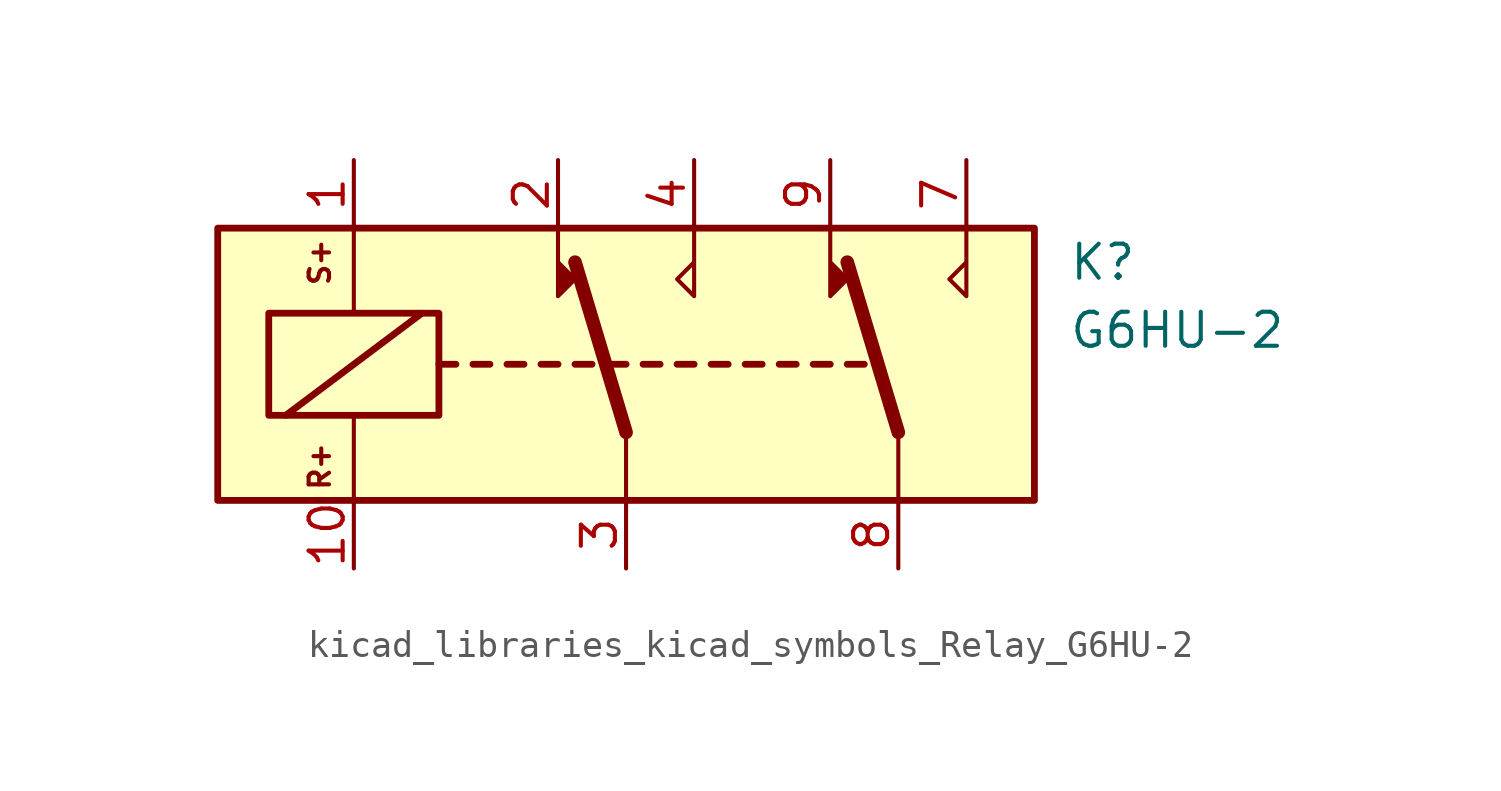
<source format=kicad_sym>
(kicad_symbol_lib
  (version 20220914)
  (generator kicad_symbol_editor)
  (symbol "kicad_libraries_kicad_symbols_Relay_G6HU-2"
    (property "Reference" "K"
      (at 16.51 3.81 0)
      (effects (font (size 1.27 1.27)) (justify left)))
    (property "Value" "G6HU-2"
      (at 16.51 1.27 0)
      (effects (font (size 1.27 1.27)) (justify left)))
    (symbol "kicad_libraries_kicad_symbols_Relay_G6HU-2_0_0"
      (text "R+" (at -11.43 -3.81 900) (effects (font (size 0.762 0.762))))
      (text "S+" (at -11.43 3.81 900) (effects (font (size 0.762 0.762)))))
    (symbol "kicad_libraries_kicad_symbols_Relay_G6HU-2_0_1"
      (rectangle (start -15.24 5.08) (end 15.24 -5.08) (stroke (width 0.254) (type default)) (fill (type background)))
      (rectangle (start -13.335 1.905) (end -6.985 -1.905) (stroke (width 0.254) (type default)) (fill (type none)))
      (polyline (pts (xy -12.7 -1.905) (xy -7.62 1.905)) (stroke (width 0.254) (type default)) (fill (type none)))
      (polyline (pts (xy -10.16 -5.08) (xy -10.16 -1.905)) (stroke (width 0) (type default)) (fill (type none)))
      (polyline (pts (xy -10.16 5.08) (xy -10.16 1.905)) (stroke (width 0) (type default)) (fill (type none)))
      (polyline (pts (xy -6.985 0) (xy -6.35 0)) (stroke (width 0.254) (type default)) (fill (type none)))
      (polyline (pts (xy -5.715 0) (xy -5.08 0)) (stroke (width 0.254) (type default)) (fill (type none)))
      (polyline (pts (xy -4.445 0) (xy -3.81 0)) (stroke (width 0.254) (type default)) (fill (type none)))
      (polyline (pts (xy -3.175 0) (xy -2.54 0)) (stroke (width 0.254) (type default)) (fill (type none)))
      (polyline (pts (xy -1.905 0) (xy -1.27 0)) (stroke (width 0.254) (type default)) (fill (type none)))
      (polyline (pts (xy -0.635 0) (xy 0 0)) (stroke (width 0.254) (type default)) (fill (type none)))
      (polyline (pts (xy 0 -2.54) (xy -1.905 3.81)) (stroke (width 0.508) (type default)) (fill (type none)))
      (polyline (pts (xy 0 -2.54) (xy 0 -5.08)) (stroke (width 0) (type default)) (fill (type none)))
      (polyline (pts (xy 0.635 0) (xy 1.27 0)) (stroke (width 0.254) (type default)) (fill (type none)))
      (polyline (pts (xy 1.905 0) (xy 2.54 0)) (stroke (width 0.254) (type default)) (fill (type none)))
      (polyline (pts (xy 3.175 0) (xy 3.81 0)) (stroke (width 0.254) (type default)) (fill (type none)))
      (polyline (pts (xy 4.445 0) (xy 5.08 0)) (stroke (width 0.254) (type default)) (fill (type none)))
      (polyline (pts (xy 5.715 0) (xy 6.35 0)) (stroke (width 0.254) (type default)) (fill (type none)))
      (polyline (pts (xy 6.985 0) (xy 7.62 0)) (stroke (width 0.254) (type default)) (fill (type none)))
      (polyline (pts (xy 8.255 0) (xy 8.89 0)) (stroke (width 0.254) (type default)) (fill (type none)))
      (polyline (pts (xy 10.16 -2.54) (xy 8.255 3.81)) (stroke (width 0.508) (type default)) (fill (type none)))
      (polyline (pts (xy 10.16 -2.54) (xy 10.16 -5.08)) (stroke (width 0) (type default)) (fill (type none)))
      (polyline (pts (xy -2.54 5.08) (xy -2.54 2.54) (xy -1.905 3.175) (xy -2.54 3.81)) (stroke (width 0) (type default)) (fill (type outline)))
      (polyline (pts (xy 2.54 5.08) (xy 2.54 2.54) (xy 1.905 3.175) (xy 2.54 3.81)) (stroke (width 0) (type default)) (fill (type none)))
      (polyline (pts (xy 7.62 5.08) (xy 7.62 2.54) (xy 8.255 3.175) (xy 7.62 3.81)) (stroke (width 0) (type default)) (fill (type outline)))
      (polyline (pts (xy 12.7 5.08) (xy 12.7 2.54) (xy 12.065 3.175) (xy 12.7 3.81)) (stroke (width 0) (type default)) (fill (type none))))
    (symbol "kicad_libraries_kicad_symbols_Relay_G6HU-2_1_1"
      (pin passive line (at -10.16 7.62 270) (length 2.54) (name "~" (effects (font (size 1.27 1.27)))) (number "1" (effects (font (size 1.27 1.27)))))
      (pin passive line (at -10.16 -7.62 90) (length 2.54) (name "~" (effects (font (size 1.27 1.27)))) (number "10" (effects (font (size 1.27 1.27)))))
      (pin passive line (at -2.54 7.62 270) (length 2.54) (name "~" (effects (font (size 1.27 1.27)))) (number "2" (effects (font (size 1.27 1.27)))))
      (pin passive line (at 0 -7.62 90) (length 2.54) (name "~" (effects (font (size 1.27 1.27)))) (number "3" (effects (font (size 1.27 1.27)))))
      (pin passive line (at 2.54 7.62 270) (length 2.54) (name "~" (effects (font (size 1.27 1.27)))) (number "4" (effects (font (size 1.27 1.27)))))
      (pin no_connect line (at 5.08 -5.08 90) (length 2.54) hide (name "NC" (effects (font (size 1.27 1.27)))) (number "5" (effects (font (size 1.27 1.27)))))
      (pin no_connect line (at 2.54 -5.08 90) (length 2.54) hide (name "NC" (effects (font (size 1.27 1.27)))) (number "6" (effects (font (size 1.27 1.27)))))
      (pin passive line (at 12.7 7.62 270) (length 2.54) (name "~" (effects (font (size 1.27 1.27)))) (number "7" (effects (font (size 1.27 1.27)))))
      (pin passive line (at 10.16 -7.62 90) (length 2.54) (name "~" (effects (font (size 1.27 1.27)))) (number "8" (effects (font (size 1.27 1.27)))))
      (pin passive line (at 7.62 7.62 270) (length 2.54) (name "~" (effects (font (size 1.27 1.27)))) (number "9" (effects (font (size 1.27 1.27))))))))
</source>
